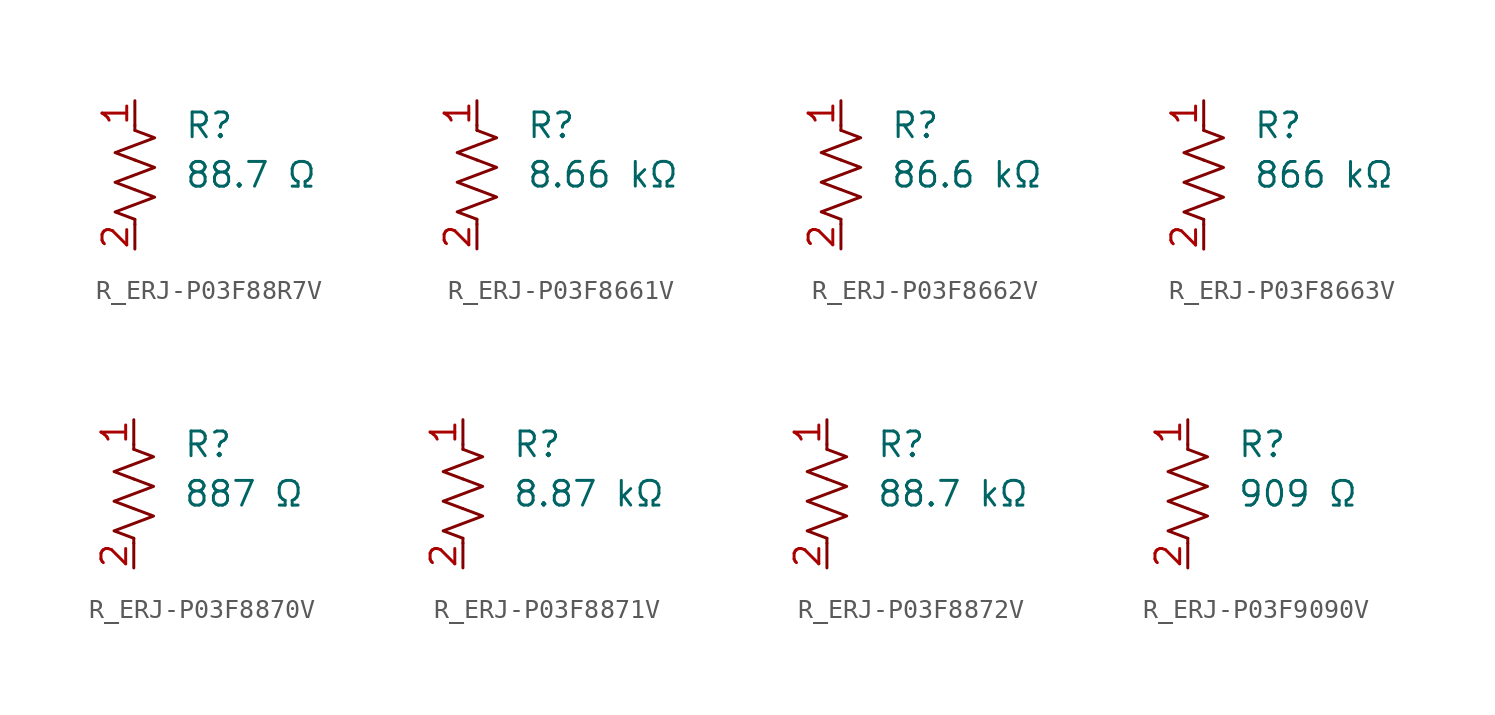
<source format=kicad_sym>
(kicad_symbol_lib
  (version 20231120)
  (generator "kicad_symbol_editor")
  (generator_version "8.0")
  (symbol "R_ERJ-P03F88R7V"
    (pin_names
      (offset 0.254))
    (property "Value" "88.7 Ω"
      (at 2.54 0 0)
      (effects (font (size 1.27 1.27)) (justify left)))
    (property "Reference" "R"
      (at 2.54 2.54 0)
      (effects (font (size 1.27 1.27)) (justify left)))
    (symbol "R_ERJ-P03F88R7V_0_1"
      (polyline (pts (xy 0 -2.286) (xy 0 -2.54)) (stroke (width 0) (type default)) (fill (type none)))
      (polyline (pts (xy 0 2.286) (xy 0 2.54)) (stroke (width 0) (type default)) (fill (type none)))
      (polyline (pts (xy 0 -0.762) (xy 1.016 -1.143) (xy 0 -1.524) (xy -1.016 -1.905) (xy 0 -2.286)) (stroke (width 0) (type default)) (fill (type none)))
      (polyline (pts (xy 0 0.762) (xy 1.016 0.381) (xy 0 0) (xy -1.016 -0.381) (xy 0 -0.762)) (stroke (width 0) (type default)) (fill (type none)))
      (polyline (pts (xy 0 2.286) (xy 1.016 1.905) (xy 0 1.524) (xy -1.016 1.143) (xy 0 0.762)) (stroke (width 0) (type default)) (fill (type none))))
    (symbol "R_ERJ-P03F88R7V_1_1"
      (pin passive line (at 0 3.81 270) (length 1.27) (name "~" (effects (font (size 1.27 1.27)))) (number "1" (effects (font (size 1.27 1.27)))))
      (pin passive line (at 0 -3.81 90) (length 1.27) (name "~" (effects (font (size 1.27 1.27)))) (number "2" (effects (font (size 1.27 1.27)))))))
  (symbol "R_ERJ-P03F8661V"
    (pin_names
      (offset 0.254))
    (property "Value" "8.66 kΩ"
      (at 2.54 0 0)
      (effects (font (size 1.27 1.27)) (justify left)))
    (property "Reference" "R"
      (at 2.54 2.54 0)
      (effects (font (size 1.27 1.27)) (justify left)))
    (symbol "R_ERJ-P03F8661V_0_1"
      (polyline (pts (xy 0 -2.286) (xy 0 -2.54)) (stroke (width 0) (type default)) (fill (type none)))
      (polyline (pts (xy 0 2.286) (xy 0 2.54)) (stroke (width 0) (type default)) (fill (type none)))
      (polyline (pts (xy 0 -0.762) (xy 1.016 -1.143) (xy 0 -1.524) (xy -1.016 -1.905) (xy 0 -2.286)) (stroke (width 0) (type default)) (fill (type none)))
      (polyline (pts (xy 0 0.762) (xy 1.016 0.381) (xy 0 0) (xy -1.016 -0.381) (xy 0 -0.762)) (stroke (width 0) (type default)) (fill (type none)))
      (polyline (pts (xy 0 2.286) (xy 1.016 1.905) (xy 0 1.524) (xy -1.016 1.143) (xy 0 0.762)) (stroke (width 0) (type default)) (fill (type none))))
    (symbol "R_ERJ-P03F8661V_1_1"
      (pin passive line (at 0 3.81 270) (length 1.27) (name "~" (effects (font (size 1.27 1.27)))) (number "1" (effects (font (size 1.27 1.27)))))
      (pin passive line (at 0 -3.81 90) (length 1.27) (name "~" (effects (font (size 1.27 1.27)))) (number "2" (effects (font (size 1.27 1.27)))))))
  (symbol "R_ERJ-P03F8662V"
    (pin_names
      (offset 0.254))
    (property "Value" "86.6 kΩ"
      (at 2.54 0 0)
      (effects (font (size 1.27 1.27)) (justify left)))
    (property "Reference" "R"
      (at 2.54 2.54 0)
      (effects (font (size 1.27 1.27)) (justify left)))
    (symbol "R_ERJ-P03F8662V_0_1"
      (polyline (pts (xy 0 -2.286) (xy 0 -2.54)) (stroke (width 0) (type default)) (fill (type none)))
      (polyline (pts (xy 0 2.286) (xy 0 2.54)) (stroke (width 0) (type default)) (fill (type none)))
      (polyline (pts (xy 0 -0.762) (xy 1.016 -1.143) (xy 0 -1.524) (xy -1.016 -1.905) (xy 0 -2.286)) (stroke (width 0) (type default)) (fill (type none)))
      (polyline (pts (xy 0 0.762) (xy 1.016 0.381) (xy 0 0) (xy -1.016 -0.381) (xy 0 -0.762)) (stroke (width 0) (type default)) (fill (type none)))
      (polyline (pts (xy 0 2.286) (xy 1.016 1.905) (xy 0 1.524) (xy -1.016 1.143) (xy 0 0.762)) (stroke (width 0) (type default)) (fill (type none))))
    (symbol "R_ERJ-P03F8662V_1_1"
      (pin passive line (at 0 3.81 270) (length 1.27) (name "~" (effects (font (size 1.27 1.27)))) (number "1" (effects (font (size 1.27 1.27)))))
      (pin passive line (at 0 -3.81 90) (length 1.27) (name "~" (effects (font (size 1.27 1.27)))) (number "2" (effects (font (size 1.27 1.27)))))))
  (symbol "R_ERJ-P03F8663V"
    (pin_names
      (offset 0.254))
    (property "Value" "866 kΩ"
      (at 2.54 0 0)
      (effects (font (size 1.27 1.27)) (justify left)))
    (property "Reference" "R"
      (at 2.54 2.54 0)
      (effects (font (size 1.27 1.27)) (justify left)))
    (symbol "R_ERJ-P03F8663V_0_1"
      (polyline (pts (xy 0 -2.286) (xy 0 -2.54)) (stroke (width 0) (type default)) (fill (type none)))
      (polyline (pts (xy 0 2.286) (xy 0 2.54)) (stroke (width 0) (type default)) (fill (type none)))
      (polyline (pts (xy 0 -0.762) (xy 1.016 -1.143) (xy 0 -1.524) (xy -1.016 -1.905) (xy 0 -2.286)) (stroke (width 0) (type default)) (fill (type none)))
      (polyline (pts (xy 0 0.762) (xy 1.016 0.381) (xy 0 0) (xy -1.016 -0.381) (xy 0 -0.762)) (stroke (width 0) (type default)) (fill (type none)))
      (polyline (pts (xy 0 2.286) (xy 1.016 1.905) (xy 0 1.524) (xy -1.016 1.143) (xy 0 0.762)) (stroke (width 0) (type default)) (fill (type none))))
    (symbol "R_ERJ-P03F8663V_1_1"
      (pin passive line (at 0 3.81 270) (length 1.27) (name "~" (effects (font (size 1.27 1.27)))) (number "1" (effects (font (size 1.27 1.27)))))
      (pin passive line (at 0 -3.81 90) (length 1.27) (name "~" (effects (font (size 1.27 1.27)))) (number "2" (effects (font (size 1.27 1.27)))))))
  (symbol "R_ERJ-P03F8870V"
    (pin_names
      (offset 0.254))
    (property "Value" "887 Ω"
      (at 2.54 0 0)
      (effects (font (size 1.27 1.27)) (justify left)))
    (property "Reference" "R"
      (at 2.54 2.54 0)
      (effects (font (size 1.27 1.27)) (justify left)))
    (symbol "R_ERJ-P03F8870V_0_1"
      (polyline (pts (xy 0 -2.286) (xy 0 -2.54)) (stroke (width 0) (type default)) (fill (type none)))
      (polyline (pts (xy 0 2.286) (xy 0 2.54)) (stroke (width 0) (type default)) (fill (type none)))
      (polyline (pts (xy 0 -0.762) (xy 1.016 -1.143) (xy 0 -1.524) (xy -1.016 -1.905) (xy 0 -2.286)) (stroke (width 0) (type default)) (fill (type none)))
      (polyline (pts (xy 0 0.762) (xy 1.016 0.381) (xy 0 0) (xy -1.016 -0.381) (xy 0 -0.762)) (stroke (width 0) (type default)) (fill (type none)))
      (polyline (pts (xy 0 2.286) (xy 1.016 1.905) (xy 0 1.524) (xy -1.016 1.143) (xy 0 0.762)) (stroke (width 0) (type default)) (fill (type none))))
    (symbol "R_ERJ-P03F8870V_1_1"
      (pin passive line (at 0 3.81 270) (length 1.27) (name "~" (effects (font (size 1.27 1.27)))) (number "1" (effects (font (size 1.27 1.27)))))
      (pin passive line (at 0 -3.81 90) (length 1.27) (name "~" (effects (font (size 1.27 1.27)))) (number "2" (effects (font (size 1.27 1.27)))))))
  (symbol "R_ERJ-P03F8871V"
    (pin_names
      (offset 0.254))
    (property "Value" "8.87 kΩ"
      (at 2.54 0 0)
      (effects (font (size 1.27 1.27)) (justify left)))
    (property "Reference" "R"
      (at 2.54 2.54 0)
      (effects (font (size 1.27 1.27)) (justify left)))
    (symbol "R_ERJ-P03F8871V_0_1"
      (polyline (pts (xy 0 -2.286) (xy 0 -2.54)) (stroke (width 0) (type default)) (fill (type none)))
      (polyline (pts (xy 0 2.286) (xy 0 2.54)) (stroke (width 0) (type default)) (fill (type none)))
      (polyline (pts (xy 0 -0.762) (xy 1.016 -1.143) (xy 0 -1.524) (xy -1.016 -1.905) (xy 0 -2.286)) (stroke (width 0) (type default)) (fill (type none)))
      (polyline (pts (xy 0 0.762) (xy 1.016 0.381) (xy 0 0) (xy -1.016 -0.381) (xy 0 -0.762)) (stroke (width 0) (type default)) (fill (type none)))
      (polyline (pts (xy 0 2.286) (xy 1.016 1.905) (xy 0 1.524) (xy -1.016 1.143) (xy 0 0.762)) (stroke (width 0) (type default)) (fill (type none))))
    (symbol "R_ERJ-P03F8871V_1_1"
      (pin passive line (at 0 3.81 270) (length 1.27) (name "~" (effects (font (size 1.27 1.27)))) (number "1" (effects (font (size 1.27 1.27)))))
      (pin passive line (at 0 -3.81 90) (length 1.27) (name "~" (effects (font (size 1.27 1.27)))) (number "2" (effects (font (size 1.27 1.27)))))))
  (symbol "R_ERJ-P03F8872V"
    (pin_names
      (offset 0.254))
    (property "Value" "88.7 kΩ"
      (at 2.54 0 0)
      (effects (font (size 1.27 1.27)) (justify left)))
    (property "Reference" "R"
      (at 2.54 2.54 0)
      (effects (font (size 1.27 1.27)) (justify left)))
    (symbol "R_ERJ-P03F8872V_0_1"
      (polyline (pts (xy 0 -2.286) (xy 0 -2.54)) (stroke (width 0) (type default)) (fill (type none)))
      (polyline (pts (xy 0 2.286) (xy 0 2.54)) (stroke (width 0) (type default)) (fill (type none)))
      (polyline (pts (xy 0 -0.762) (xy 1.016 -1.143) (xy 0 -1.524) (xy -1.016 -1.905) (xy 0 -2.286)) (stroke (width 0) (type default)) (fill (type none)))
      (polyline (pts (xy 0 0.762) (xy 1.016 0.381) (xy 0 0) (xy -1.016 -0.381) (xy 0 -0.762)) (stroke (width 0) (type default)) (fill (type none)))
      (polyline (pts (xy 0 2.286) (xy 1.016 1.905) (xy 0 1.524) (xy -1.016 1.143) (xy 0 0.762)) (stroke (width 0) (type default)) (fill (type none))))
    (symbol "R_ERJ-P03F8872V_1_1"
      (pin passive line (at 0 3.81 270) (length 1.27) (name "~" (effects (font (size 1.27 1.27)))) (number "1" (effects (font (size 1.27 1.27)))))
      (pin passive line (at 0 -3.81 90) (length 1.27) (name "~" (effects (font (size 1.27 1.27)))) (number "2" (effects (font (size 1.27 1.27)))))))
  (symbol "R_ERJ-P03F9090V"
    (pin_names
      (offset 0.254))
    (property "Value" "909 Ω"
      (at 2.54 0 0)
      (effects (font (size 1.27 1.27)) (justify left)))
    (property "Reference" "R"
      (at 2.54 2.54 0)
      (effects (font (size 1.27 1.27)) (justify left)))
    (symbol "R_ERJ-P03F9090V_0_1"
      (polyline (pts (xy 0 -2.286) (xy 0 -2.54)) (stroke (width 0) (type default)) (fill (type none)))
      (polyline (pts (xy 0 2.286) (xy 0 2.54)) (stroke (width 0) (type default)) (fill (type none)))
      (polyline (pts (xy 0 -0.762) (xy 1.016 -1.143) (xy 0 -1.524) (xy -1.016 -1.905) (xy 0 -2.286)) (stroke (width 0) (type default)) (fill (type none)))
      (polyline (pts (xy 0 0.762) (xy 1.016 0.381) (xy 0 0) (xy -1.016 -0.381) (xy 0 -0.762)) (stroke (width 0) (type default)) (fill (type none)))
      (polyline (pts (xy 0 2.286) (xy 1.016 1.905) (xy 0 1.524) (xy -1.016 1.143) (xy 0 0.762)) (stroke (width 0) (type default)) (fill (type none))))
    (symbol "R_ERJ-P03F9090V_1_1"
      (pin passive line (at 0 3.81 270) (length 1.27) (name "~" (effects (font (size 1.27 1.27)))) (number "1" (effects (font (size 1.27 1.27)))))
      (pin passive line (at 0 -3.81 90) (length 1.27) (name "~" (effects (font (size 1.27 1.27)))) (number "2" (effects (font (size 1.27 1.27))))))))
</source>
